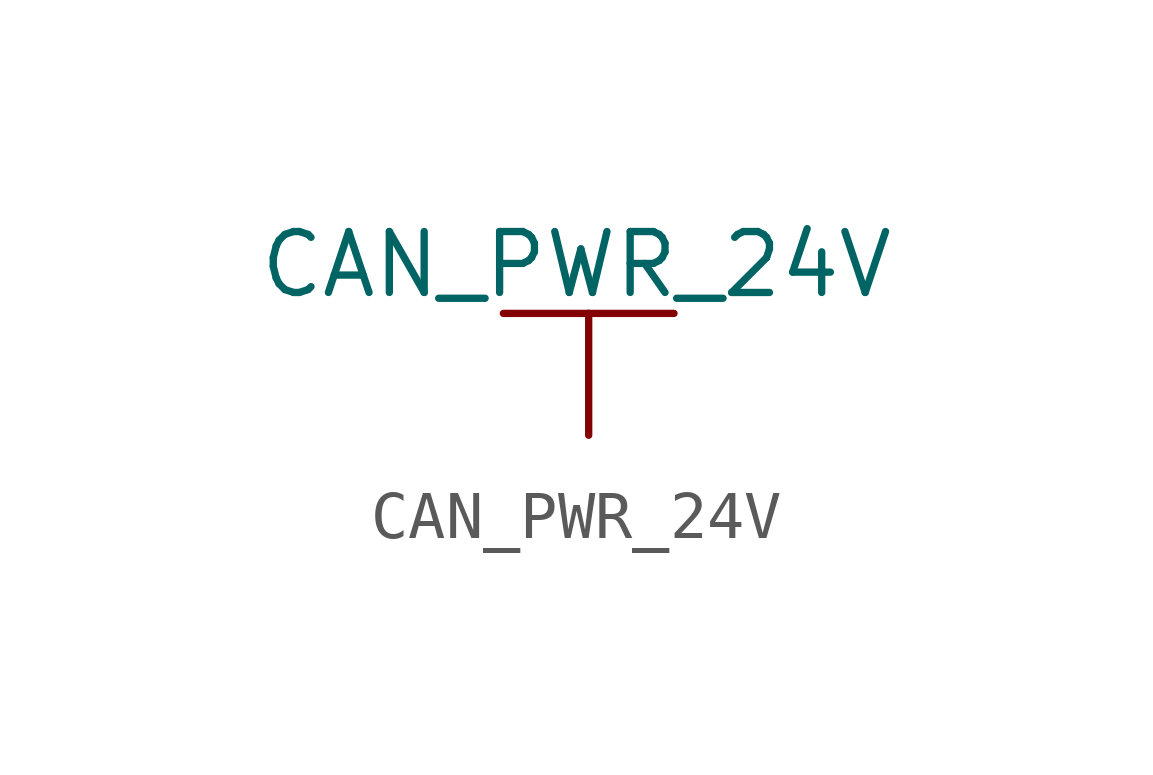
<source format=kicad_sym>
(kicad_symbol_lib
  (version 20220914)
  (generator kicad_symbol_editor)
  (symbol "CAN_PWR_24V"
    (power)
    (pin_numbers hide)
    (pin_names
      (offset 0) hide)
    (property "Reference" "#PWR"
      (at 0 -3.81 0)
      (effects (font (size 1.27 1.27)) hide))
    (property "Value" "CAN_PWR_24V"
      (at -0.254 3.556 0)
      (effects (font (size 1.27 1.27))))
    (property "Footprint" ""
      (at 0 0 0)
      (effects (font (size 1.524 1.524))))
    (property "Datasheet" ""
      (at 0 0 0)
      (effects (font (size 1.524 1.524))))
    (symbol "CAN_PWR_24V_0_1"
      (polyline (pts (xy -1.778 2.54) (xy 0 2.54)) (stroke (width 0) (type default)) (fill (type none)))
      (polyline (pts (xy 0 0) (xy 0 2.54)) (stroke (width 0) (type default)) (fill (type none)))
      (polyline (pts (xy 0 2.54) (xy 1.778 2.54)) (stroke (width 0) (type default)) (fill (type none))))
    (symbol "CAN_PWR_24V_1_1"
      (pin power_in line (at 0 0 90) (length 0) hide (name "CAN_PWR" (effects (font (size 1.27 1.27)))) (number "1" (effects (font (size 1.27 1.27))))))))
</source>
